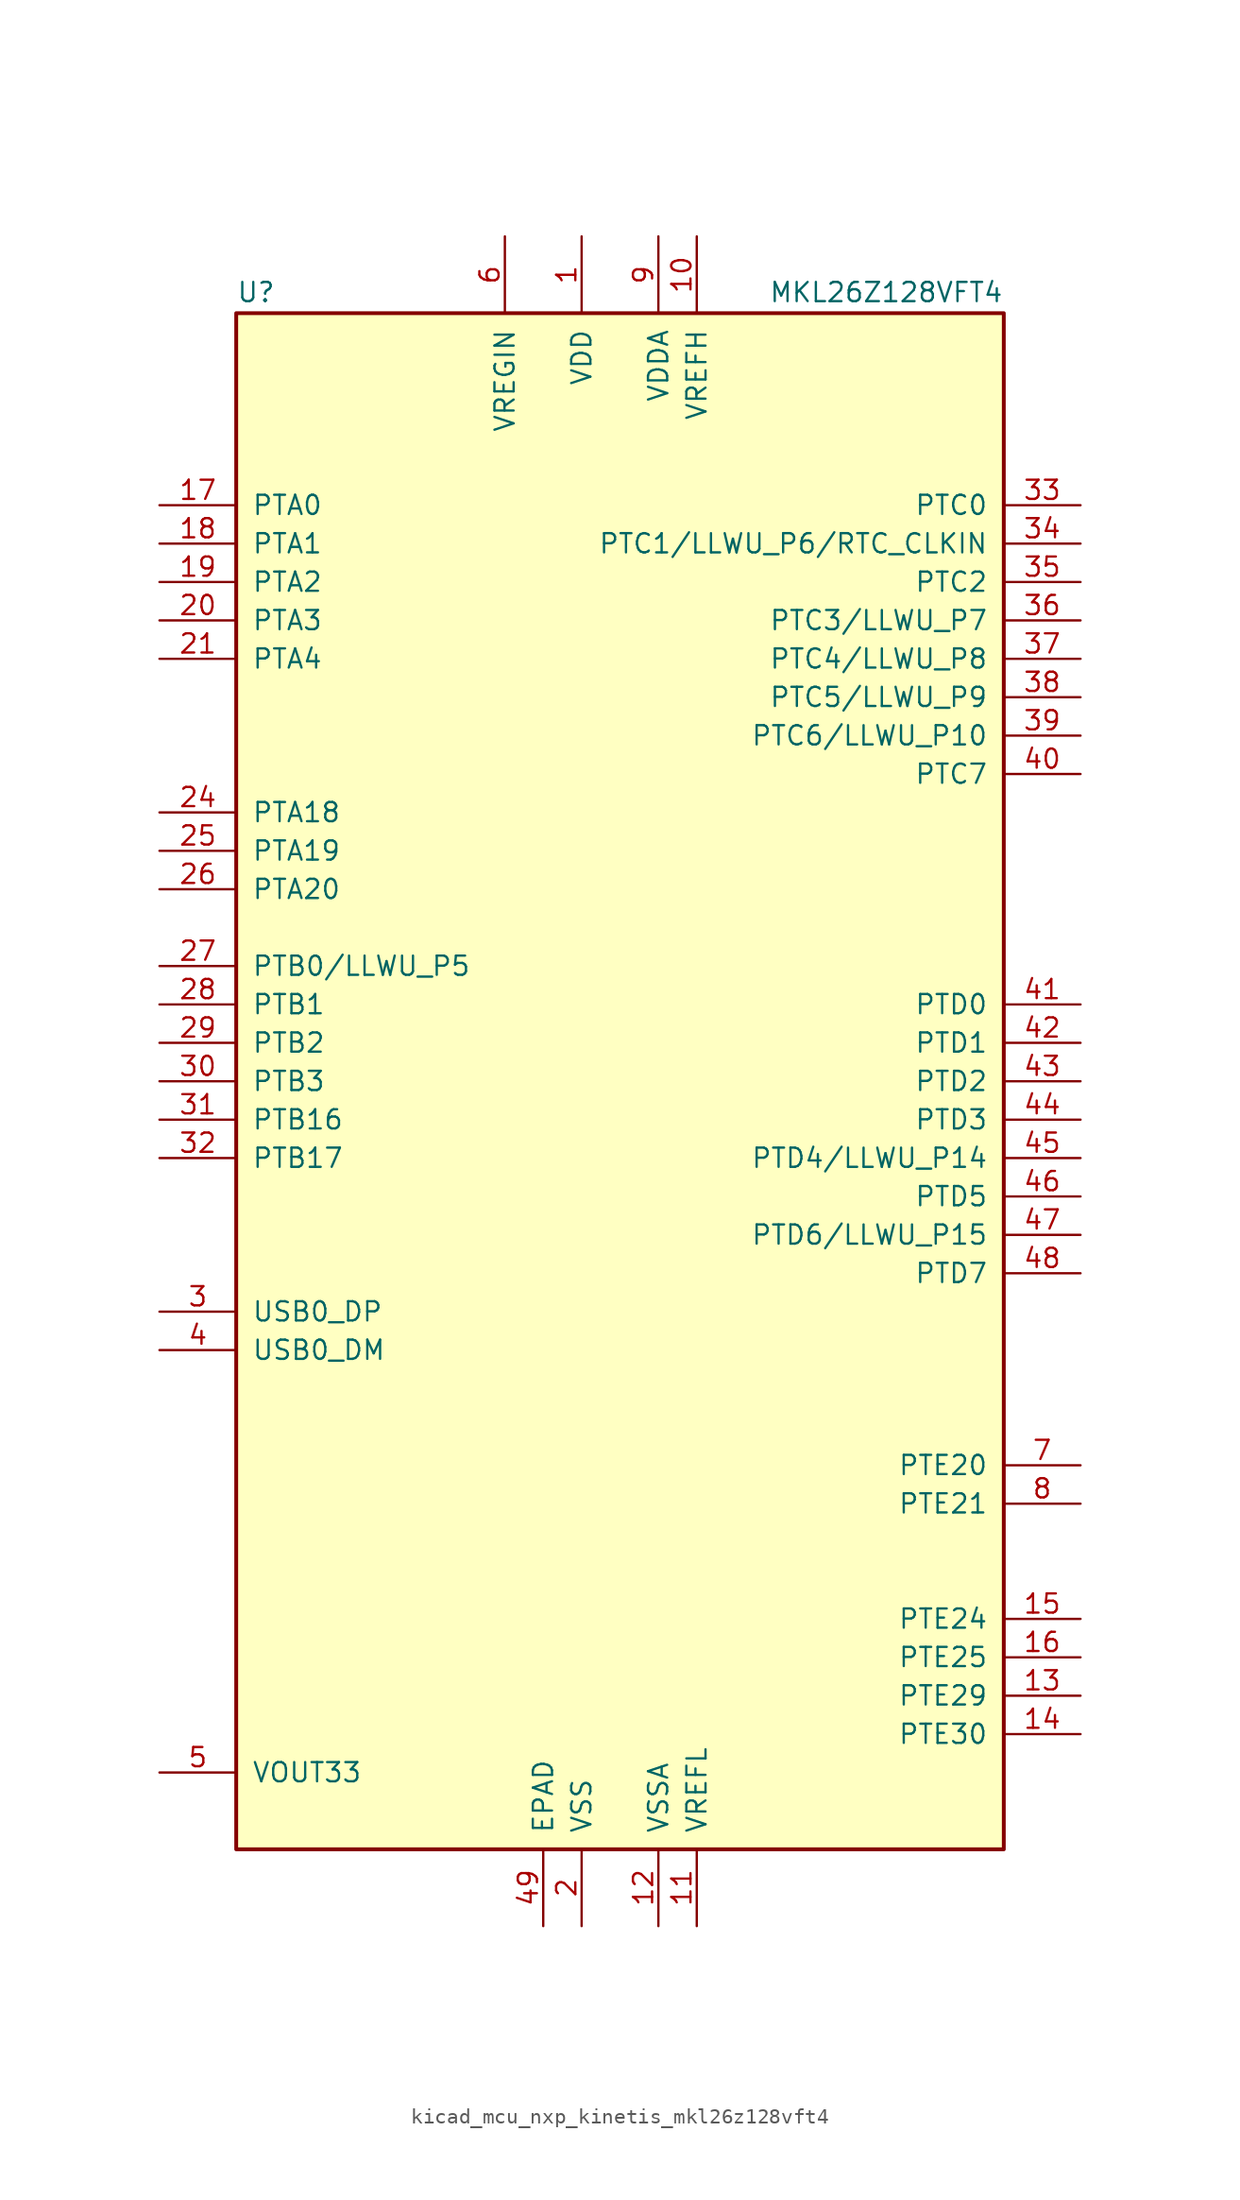
<source format=kicad_sym>
(kicad_symbol_lib
  (version 20220914)
  (generator kicad_symbol_editor)
  (symbol "kicad_mcu_nxp_kinetis_mkl26z128vft4"
    (pin_names
      (offset 1.016))
    (property "Reference" "U"
      (at -25.4 51.435 0)
      (effects (font (size 1.27 1.27)) (justify left bottom)))
    (property "Value" "MKL26Z128VFT4"
      (at 25.4 51.435 0)
      (effects (font (size 1.27 1.27)) (justify right bottom)))
    (symbol "kicad_mcu_nxp_kinetis_mkl26z128vft4_0_1"
      (rectangle (start -25.4 50.8) (end 25.4 -50.8) (stroke (width 0.254) (type default)) (fill (type background))))
    (symbol "kicad_mcu_nxp_kinetis_mkl26z128vft4_1_1"
      (pin power_in line (at -2.54 55.88 270) (length 5.08) (name "VDD" (effects (font (size 1.27 1.27)))) (number "1" (effects (font (size 1.27 1.27)))))
      (pin power_in line (at 5.08 55.88 270) (length 5.08) (name "VREFH" (effects (font (size 1.27 1.27)))) (number "10" (effects (font (size 1.27 1.27)))))
      (pin power_in line (at 5.08 -55.88 90) (length 5.08) (name "VREFL" (effects (font (size 1.27 1.27)))) (number "11" (effects (font (size 1.27 1.27)))))
      (pin power_in line (at 2.54 -55.88 90) (length 5.08) (name "VSSA" (effects (font (size 1.27 1.27)))) (number "12" (effects (font (size 1.27 1.27)))))
      (pin bidirectional line (at 30.48 -40.64 180) (length 5.08) (name "PTE29" (effects (font (size 1.27 1.27)))) (number "13" (effects (font (size 1.27 1.27)))))
      (pin bidirectional line (at 30.48 -43.18 180) (length 5.08) (name "PTE30" (effects (font (size 1.27 1.27)))) (number "14" (effects (font (size 1.27 1.27)))))
      (pin bidirectional line (at 30.48 -35.56 180) (length 5.08) (name "PTE24" (effects (font (size 1.27 1.27)))) (number "15" (effects (font (size 1.27 1.27)))))
      (pin bidirectional line (at 30.48 -38.1 180) (length 5.08) (name "PTE25" (effects (font (size 1.27 1.27)))) (number "16" (effects (font (size 1.27 1.27)))))
      (pin bidirectional line (at -30.48 38.1 0) (length 5.08) (name "PTA0" (effects (font (size 1.27 1.27)))) (number "17" (effects (font (size 1.27 1.27)))))
      (pin bidirectional line (at -30.48 35.56 0) (length 5.08) (name "PTA1" (effects (font (size 1.27 1.27)))) (number "18" (effects (font (size 1.27 1.27)))))
      (pin bidirectional line (at -30.48 33.02 0) (length 5.08) (name "PTA2" (effects (font (size 1.27 1.27)))) (number "19" (effects (font (size 1.27 1.27)))))
      (pin power_in line (at -2.54 -55.88 90) (length 5.08) (name "VSS" (effects (font (size 1.27 1.27)))) (number "2" (effects (font (size 1.27 1.27)))))
      (pin bidirectional line (at -30.48 30.48 0) (length 5.08) (name "PTA3" (effects (font (size 1.27 1.27)))) (number "20" (effects (font (size 1.27 1.27)))))
      (pin bidirectional line (at -30.48 27.94 0) (length 5.08) (name "PTA4" (effects (font (size 1.27 1.27)))) (number "21" (effects (font (size 1.27 1.27)))))
      (pin passive line (at -2.54 55.88 270) (length 5.08) hide (name "VDD" (effects (font (size 1.27 1.27)))) (number "22" (effects (font (size 1.27 1.27)))))
      (pin passive line (at -2.54 -55.88 90) (length 5.08) hide (name "VSS" (effects (font (size 1.27 1.27)))) (number "23" (effects (font (size 1.27 1.27)))))
      (pin bidirectional line (at -30.48 17.78 0) (length 5.08) (name "PTA18" (effects (font (size 1.27 1.27)))) (number "24" (effects (font (size 1.27 1.27)))))
      (pin bidirectional line (at -30.48 15.24 0) (length 5.08) (name "PTA19" (effects (font (size 1.27 1.27)))) (number "25" (effects (font (size 1.27 1.27)))))
      (pin bidirectional line (at -30.48 12.7 0) (length 5.08) (name "PTA20" (effects (font (size 1.27 1.27)))) (number "26" (effects (font (size 1.27 1.27)))))
      (pin bidirectional line (at -30.48 7.62 0) (length 5.08) (name "PTB0/LLWU_P5" (effects (font (size 1.27 1.27)))) (number "27" (effects (font (size 1.27 1.27)))))
      (pin bidirectional line (at -30.48 5.08 0) (length 5.08) (name "PTB1" (effects (font (size 1.27 1.27)))) (number "28" (effects (font (size 1.27 1.27)))))
      (pin bidirectional line (at -30.48 2.54 0) (length 5.08) (name "PTB2" (effects (font (size 1.27 1.27)))) (number "29" (effects (font (size 1.27 1.27)))))
      (pin bidirectional line (at -30.48 -15.24 0) (length 5.08) (name "USB0_DP" (effects (font (size 1.27 1.27)))) (number "3" (effects (font (size 1.27 1.27)))))
      (pin bidirectional line (at -30.48 0 0) (length 5.08) (name "PTB3" (effects (font (size 1.27 1.27)))) (number "30" (effects (font (size 1.27 1.27)))))
      (pin bidirectional line (at -30.48 -2.54 0) (length 5.08) (name "PTB16" (effects (font (size 1.27 1.27)))) (number "31" (effects (font (size 1.27 1.27)))))
      (pin bidirectional line (at -30.48 -5.08 0) (length 5.08) (name "PTB17" (effects (font (size 1.27 1.27)))) (number "32" (effects (font (size 1.27 1.27)))))
      (pin bidirectional line (at 30.48 38.1 180) (length 5.08) (name "PTC0" (effects (font (size 1.27 1.27)))) (number "33" (effects (font (size 1.27 1.27)))))
      (pin bidirectional line (at 30.48 35.56 180) (length 5.08) (name "PTC1/LLWU_P6/RTC_CLKIN" (effects (font (size 1.27 1.27)))) (number "34" (effects (font (size 1.27 1.27)))))
      (pin bidirectional line (at 30.48 33.02 180) (length 5.08) (name "PTC2" (effects (font (size 1.27 1.27)))) (number "35" (effects (font (size 1.27 1.27)))))
      (pin bidirectional line (at 30.48 30.48 180) (length 5.08) (name "PTC3/LLWU_P7" (effects (font (size 1.27 1.27)))) (number "36" (effects (font (size 1.27 1.27)))))
      (pin bidirectional line (at 30.48 27.94 180) (length 5.08) (name "PTC4/LLWU_P8" (effects (font (size 1.27 1.27)))) (number "37" (effects (font (size 1.27 1.27)))))
      (pin bidirectional line (at 30.48 25.4 180) (length 5.08) (name "PTC5/LLWU_P9" (effects (font (size 1.27 1.27)))) (number "38" (effects (font (size 1.27 1.27)))))
      (pin bidirectional line (at 30.48 22.86 180) (length 5.08) (name "PTC6/LLWU_P10" (effects (font (size 1.27 1.27)))) (number "39" (effects (font (size 1.27 1.27)))))
      (pin bidirectional line (at -30.48 -17.78 0) (length 5.08) (name "USB0_DM" (effects (font (size 1.27 1.27)))) (number "4" (effects (font (size 1.27 1.27)))))
      (pin bidirectional line (at 30.48 20.32 180) (length 5.08) (name "PTC7" (effects (font (size 1.27 1.27)))) (number "40" (effects (font (size 1.27 1.27)))))
      (pin bidirectional line (at 30.48 5.08 180) (length 5.08) (name "PTD0" (effects (font (size 1.27 1.27)))) (number "41" (effects (font (size 1.27 1.27)))))
      (pin bidirectional line (at 30.48 2.54 180) (length 5.08) (name "PTD1" (effects (font (size 1.27 1.27)))) (number "42" (effects (font (size 1.27 1.27)))))
      (pin bidirectional line (at 30.48 0 180) (length 5.08) (name "PTD2" (effects (font (size 1.27 1.27)))) (number "43" (effects (font (size 1.27 1.27)))))
      (pin bidirectional line (at 30.48 -2.54 180) (length 5.08) (name "PTD3" (effects (font (size 1.27 1.27)))) (number "44" (effects (font (size 1.27 1.27)))))
      (pin bidirectional line (at 30.48 -5.08 180) (length 5.08) (name "PTD4/LLWU_P14" (effects (font (size 1.27 1.27)))) (number "45" (effects (font (size 1.27 1.27)))))
      (pin bidirectional line (at 30.48 -7.62 180) (length 5.08) (name "PTD5" (effects (font (size 1.27 1.27)))) (number "46" (effects (font (size 1.27 1.27)))))
      (pin bidirectional line (at 30.48 -10.16 180) (length 5.08) (name "PTD6/LLWU_P15" (effects (font (size 1.27 1.27)))) (number "47" (effects (font (size 1.27 1.27)))))
      (pin bidirectional line (at 30.48 -12.7 180) (length 5.08) (name "PTD7" (effects (font (size 1.27 1.27)))) (number "48" (effects (font (size 1.27 1.27)))))
      (pin power_in line (at -5.08 -55.88 90) (length 5.08) (name "EPAD" (effects (font (size 1.27 1.27)))) (number "49" (effects (font (size 1.27 1.27)))))
      (pin power_out line (at -30.48 -45.72 0) (length 5.08) (name "VOUT33" (effects (font (size 1.27 1.27)))) (number "5" (effects (font (size 1.27 1.27)))))
      (pin power_in line (at -7.62 55.88 270) (length 5.08) (name "VREGIN" (effects (font (size 1.27 1.27)))) (number "6" (effects (font (size 1.27 1.27)))))
      (pin bidirectional line (at 30.48 -25.4 180) (length 5.08) (name "PTE20" (effects (font (size 1.27 1.27)))) (number "7" (effects (font (size 1.27 1.27)))))
      (pin bidirectional line (at 30.48 -27.94 180) (length 5.08) (name "PTE21" (effects (font (size 1.27 1.27)))) (number "8" (effects (font (size 1.27 1.27)))))
      (pin power_in line (at 2.54 55.88 270) (length 5.08) (name "VDDA" (effects (font (size 1.27 1.27)))) (number "9" (effects (font (size 1.27 1.27))))))))
</source>
